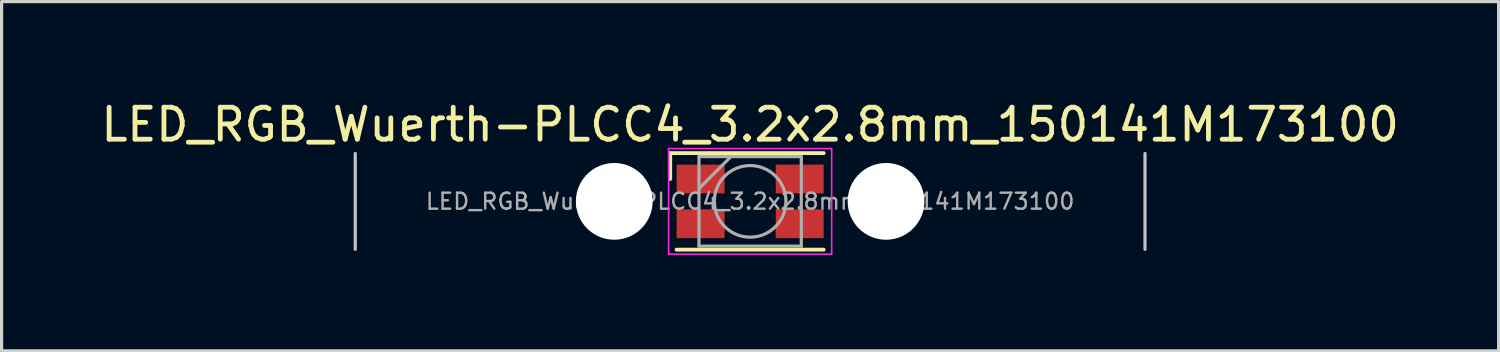
<source format=kicad_pcb>
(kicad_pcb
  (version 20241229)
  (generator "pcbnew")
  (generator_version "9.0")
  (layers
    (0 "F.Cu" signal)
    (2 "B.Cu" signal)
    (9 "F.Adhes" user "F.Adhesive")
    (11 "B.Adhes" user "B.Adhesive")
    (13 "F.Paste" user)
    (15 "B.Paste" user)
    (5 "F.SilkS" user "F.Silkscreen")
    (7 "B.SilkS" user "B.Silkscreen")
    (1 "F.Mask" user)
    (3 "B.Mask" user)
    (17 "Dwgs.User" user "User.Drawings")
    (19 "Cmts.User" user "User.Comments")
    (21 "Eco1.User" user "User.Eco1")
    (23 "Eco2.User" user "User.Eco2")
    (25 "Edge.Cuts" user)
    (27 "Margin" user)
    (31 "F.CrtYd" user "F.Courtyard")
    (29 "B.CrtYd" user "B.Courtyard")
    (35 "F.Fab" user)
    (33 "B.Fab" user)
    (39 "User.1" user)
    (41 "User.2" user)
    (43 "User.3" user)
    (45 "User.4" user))
  (footprint "LED_RGB_Wuerth-PLCC4_3.2x2.8mm_150141M173100"
    (layer "F.Cu")
    (at 20.411 3.248)
    (property "Reference" "LED_RGB_Wuerth-PLCC4_3.2x2.8mm_150141M173100" (at 0 -2.4 0) (layer "F.SilkS") (effects (font (size 1 1) (thickness 0.15))))
    (attr smd)
    (fp_line (start -2.5 -1.51) (end 2.3 -1.51) (stroke (width 0.12) (type solid)) (layer "F.SilkS"))
    (fp_line (start -2.5 -0.7) (end -2.5 -1.51) (stroke (width 0.12) (type solid)) (layer "F.SilkS"))
    (fp_line (start -2.3 1.51) (end 2.3 1.51) (stroke (width 0.12) (type solid)) (layer "F.SilkS"))
    (fp_line (start -12.35 -1.5) (end -12.35 1.5) (stroke (width 0.1) (type default)) (layer "Dwgs.User"))
    (fp_line (start 12.35 -1.5) (end 12.35 1.5) (stroke (width 0.1) (type default)) (layer "Dwgs.User"))
    (fp_line (start -2.55 -1.65) (end -2.55 1.65) (stroke (width 0.05) (type solid)) (layer "F.CrtYd"))
    (fp_line (start -2.55 1.65) (end 2.55 1.65) (stroke (width 0.05) (type solid)) (layer "F.CrtYd"))
    (fp_line (start 2.55 -1.65) (end -2.55 -1.65) (stroke (width 0.05) (type solid)) (layer "F.CrtYd"))
    (fp_line (start 2.55 1.65) (end 2.55 -1.65) (stroke (width 0.05) (type solid)) (layer "F.CrtYd"))
    (fp_line (start -1.6 -1.4) (end -1.6 1.4) (stroke (width 0.1) (type solid)) (layer "F.Fab"))
    (fp_line (start -1.6 1.4) (end 1.6 1.4) (stroke (width 0.1) (type solid)) (layer "F.Fab"))
    (fp_line (start -0.6 -1.4) (end -1.6 -0.4) (stroke (width 0.1) (type solid)) (layer "F.Fab"))
    (fp_line (start 1.6 -1.4) (end -1.6 -1.4) (stroke (width 0.1) (type solid)) (layer "F.Fab"))
    (fp_line (start 1.6 1.4) (end 1.6 -1.4) (stroke (width 0.1) (type solid)) (layer "F.Fab"))
    (fp_circle (center 0 0) (end 1.12 0) (stroke (width 0.1) (type solid)) (fill no) (layer "F.Fab"))
    (fp_text user "${REFERENCE}" (at 0 0 0) (layer "F.Fab") (effects (font (size 0.5 0.5) (thickness 0.075))))
    (pad "" np_thru_hole circle (at -4.25 0) (size 2.4 2.4) (drill 2.4) (layers "*.Cu" "*.Mask"))
    (pad "" np_thru_hole circle (at 4.25 0) (size 2.4 2.4) (drill 2.4) (layers "*.Cu" "*.Mask"))
    (pad "1" smd rect (at 1.55 -0.7) (size 1.5 0.9) (layers "F.Cu" "F.Mask" "F.Paste"))
    (pad "2" smd rect (at 1.55 0.7) (size 1.5 0.9) (layers "F.Cu" "F.Mask" "F.Paste"))
    (pad "3" smd rect (at -1.55 -0.7) (size 1.5 0.9) (layers "F.Cu" "F.Mask" "F.Paste"))
    (pad "4" smd rect (at -1.55 0.7) (size 1.5 0.9) (layers "F.Cu" "F.Mask" "F.Paste")))
  (gr_rect
    (start -3 -3)
    (end 43.821 7.923)
    (stroke (width 0.1) (type default))
    (fill no)
    (layer "Edge.Cuts")))
</source>
